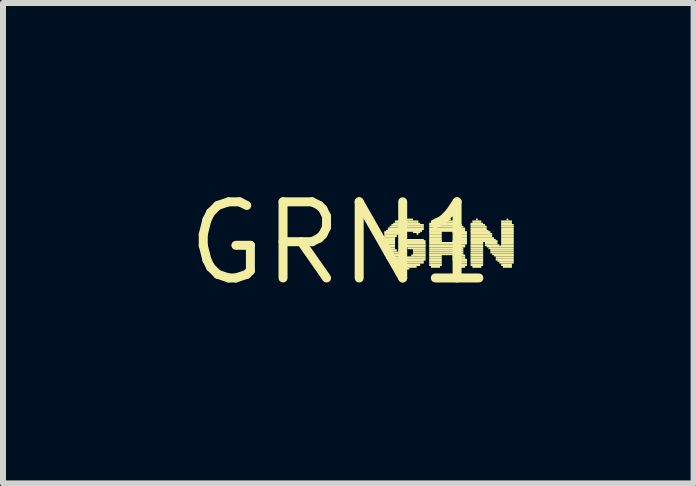
<source format=kicad_pcb>
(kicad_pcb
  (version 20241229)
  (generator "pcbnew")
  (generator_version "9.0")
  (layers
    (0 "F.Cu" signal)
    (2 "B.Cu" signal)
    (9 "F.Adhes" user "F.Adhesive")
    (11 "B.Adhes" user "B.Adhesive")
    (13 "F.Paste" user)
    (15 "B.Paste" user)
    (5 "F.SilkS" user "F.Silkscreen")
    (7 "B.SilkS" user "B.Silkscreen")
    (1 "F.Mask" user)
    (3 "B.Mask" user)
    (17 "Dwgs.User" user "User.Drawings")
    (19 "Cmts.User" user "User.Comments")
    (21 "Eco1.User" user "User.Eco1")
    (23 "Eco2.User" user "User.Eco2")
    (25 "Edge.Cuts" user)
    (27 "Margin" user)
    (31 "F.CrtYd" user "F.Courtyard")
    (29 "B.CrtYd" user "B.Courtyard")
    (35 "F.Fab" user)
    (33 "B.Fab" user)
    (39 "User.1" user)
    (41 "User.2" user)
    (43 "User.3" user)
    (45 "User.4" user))
  (footprint "GRN1"
    (layer "F.Cu")
    (at 2.638 1.006)
    (property "Reference" "GRN1" (at 0 0 0) (layer "F.SilkS") (effects (font (size 1.27 1.27) (thickness 0.15))))
    (attr through_hole)
    (fp_poly (pts (xy 0.69 -0.07) (xy 0.9 -0.07) (xy 0.9 -0.1) (xy 0.69 -0.1)) (stroke (width 0) (type solid)) (fill yes) (layer "F.SilkS"))
    (fp_poly (pts (xy 0.69 -0.04) (xy 0.9 -0.04) (xy 0.9 -0.07) (xy 0.69 -0.07)) (stroke (width 0) (type solid)) (fill yes) (layer "F.SilkS"))
    (fp_poly (pts (xy 0.69 -0.02) (xy 0.9 -0.02) (xy 0.9 -0.05) (xy 0.69 -0.05)) (stroke (width 0) (type solid)) (fill yes) (layer "F.SilkS"))
    (fp_poly (pts (xy 0.69 0.02) (xy 0.9 0.02) (xy 0.9 -0.02) (xy 0.69 -0.02)) (stroke (width 0) (type solid)) (fill yes) (layer "F.SilkS"))
    (fp_poly (pts (xy 0.69 0.05) (xy 0.9 0.05) (xy 0.9 0.02) (xy 0.69 0.02)) (stroke (width 0) (type solid)) (fill yes) (layer "F.SilkS"))
    (fp_poly (pts (xy 0.69 0.07) (xy 0.9 0.07) (xy 0.9 0.04) (xy 0.69 0.04)) (stroke (width 0) (type solid)) (fill yes) (layer "F.SilkS"))
    (fp_poly (pts (xy 0.69 0.1) (xy 0.9 0.1) (xy 0.9 0.07) (xy 0.69 0.07)) (stroke (width 0) (type solid)) (fill yes) (layer "F.SilkS"))
    (fp_poly (pts (xy 0.72 -0.17) (xy 0.99 -0.17) (xy 0.99 -0.2) (xy 0.72 -0.2)) (stroke (width 0) (type solid)) (fill yes) (layer "F.SilkS"))
    (fp_poly (pts (xy 0.72 -0.14) (xy 0.96 -0.14) (xy 0.96 -0.17) (xy 0.72 -0.17)) (stroke (width 0) (type solid)) (fill yes) (layer "F.SilkS"))
    (fp_poly (pts (xy 0.72 -0.1) (xy 0.93 -0.1) (xy 0.93 -0.14) (xy 0.72 -0.14)) (stroke (width 0) (type solid)) (fill yes) (layer "F.SilkS"))
    (fp_poly (pts (xy 0.72 0.14) (xy 0.93 0.14) (xy 0.93 0.1) (xy 0.72 0.1)) (stroke (width 0) (type solid)) (fill yes) (layer "F.SilkS"))
    (fp_poly (pts (xy 0.72 0.17) (xy 0.96 0.17) (xy 0.96 0.14) (xy 0.72 0.14)) (stroke (width 0) (type solid)) (fill yes) (layer "F.SilkS"))
    (fp_poly (pts (xy 0.72 0.2) (xy 0.99 0.2) (xy 0.99 0.17) (xy 0.72 0.17)) (stroke (width 0) (type solid)) (fill yes) (layer "F.SilkS"))
    (fp_poly (pts (xy 0.75 -0.19) (xy 1.35 -0.19) (xy 1.35 -0.22) (xy 0.75 -0.22)) (stroke (width 0) (type solid)) (fill yes) (layer "F.SilkS"))
    (fp_poly (pts (xy 0.75 0.22) (xy 1.05 0.22) (xy 1.05 0.19) (xy 0.75 0.19)) (stroke (width 0) (type solid)) (fill yes) (layer "F.SilkS"))
    (fp_poly (pts (xy 0.75 0.26) (xy 1.41 0.26) (xy 1.41 0.22) (xy 0.75 0.22)) (stroke (width 0) (type solid)) (fill yes) (layer "F.SilkS"))
    (fp_poly (pts (xy 0.78 -0.22) (xy 1.38 -0.22) (xy 1.38 -0.26) (xy 0.78 -0.26)) (stroke (width 0) (type solid)) (fill yes) (layer "F.SilkS"))
    (fp_poly (pts (xy 0.78 0.29) (xy 1.41 0.29) (xy 1.41 0.26) (xy 0.78 0.26)) (stroke (width 0) (type solid)) (fill yes) (layer "F.SilkS"))
    (fp_poly (pts (xy 0.81 -0.26) (xy 1.38 -0.26) (xy 1.38 -0.29) (xy 0.81 -0.29)) (stroke (width 0) (type solid)) (fill yes) (layer "F.SilkS"))
    (fp_poly (pts (xy 0.81 0.31) (xy 1.38 0.31) (xy 1.38 0.28) (xy 0.81 0.28)) (stroke (width 0) (type solid)) (fill yes) (layer "F.SilkS"))
    (fp_poly (pts (xy 0.84 -0.29) (xy 1.38 -0.29) (xy 1.38 -0.32) (xy 0.84 -0.32)) (stroke (width 0) (type solid)) (fill yes) (layer "F.SilkS"))
    (fp_poly (pts (xy 0.84 0.34) (xy 1.38 0.34) (xy 1.38 0.31) (xy 0.84 0.31)) (stroke (width 0) (type solid)) (fill yes) (layer "F.SilkS"))
    (fp_poly (pts (xy 0.87 -0.31) (xy 1.32 -0.31) (xy 1.32 -0.34) (xy 0.87 -0.34)) (stroke (width 0) (type solid)) (fill yes) (layer "F.SilkS"))
    (fp_poly (pts (xy 0.9 -0.34) (xy 1.29 -0.34) (xy 1.29 -0.38) (xy 0.9 -0.38)) (stroke (width 0) (type solid)) (fill yes) (layer "F.SilkS"))
    (fp_poly (pts (xy 0.9 0.38) (xy 1.32 0.38) (xy 1.32 0.34) (xy 0.9 0.34)) (stroke (width 0) (type solid)) (fill yes) (layer "F.SilkS"))
    (fp_poly (pts (xy 0.96 0.41) (xy 1.26 0.41) (xy 1.26 0.38) (xy 0.96 0.38)) (stroke (width 0) (type solid)) (fill yes) (layer "F.SilkS"))
    (fp_poly (pts (xy 0.99 -0.38) (xy 1.2 -0.38) (xy 1.2 -0.41) (xy 0.99 -0.41)) (stroke (width 0) (type solid)) (fill yes) (layer "F.SilkS"))
    (fp_poly (pts (xy 1.05 -0.02) (xy 1.41 -0.02) (xy 1.41 -0.05) (xy 1.05 -0.05)) (stroke (width 0) (type solid)) (fill yes) (layer "F.SilkS"))
    (fp_poly (pts (xy 1.05 0.02) (xy 1.41 0.02) (xy 1.41 -0.02) (xy 1.05 -0.02)) (stroke (width 0) (type solid)) (fill yes) (layer "F.SilkS"))
    (fp_poly (pts (xy 1.05 0.05) (xy 1.41 0.05) (xy 1.41 0.02) (xy 1.05 0.02)) (stroke (width 0) (type solid)) (fill yes) (layer "F.SilkS"))
    (fp_poly (pts (xy 1.05 0.07) (xy 1.41 0.07) (xy 1.41 0.04) (xy 1.05 0.04)) (stroke (width 0) (type solid)) (fill yes) (layer "F.SilkS"))
    (fp_poly (pts (xy 1.08 -0.04) (xy 1.38 -0.04) (xy 1.38 -0.07) (xy 1.08 -0.07)) (stroke (width 0) (type solid)) (fill yes) (layer "F.SilkS"))
    (fp_poly (pts (xy 1.08 0.44) (xy 1.14 0.44) (xy 1.14 0.41) (xy 1.08 0.41)) (stroke (width 0) (type solid)) (fill yes) (layer "F.SilkS"))
    (fp_poly (pts (xy 1.11 0.1) (xy 1.41 0.1) (xy 1.41 0.07) (xy 1.11 0.07)) (stroke (width 0) (type solid)) (fill yes) (layer "F.SilkS"))
    (fp_poly (pts (xy 1.17 0.22) (xy 1.41 0.22) (xy 1.41 0.19) (xy 1.17 0.19)) (stroke (width 0) (type solid)) (fill yes) (layer "F.SilkS"))
    (fp_poly (pts (xy 1.2 -0.17) (xy 1.32 -0.17) (xy 1.32 -0.2) (xy 1.2 -0.2)) (stroke (width 0) (type solid)) (fill yes) (layer "F.SilkS"))
    (fp_poly (pts (xy 1.2 0.14) (xy 1.41 0.14) (xy 1.41 0.1) (xy 1.2 0.1)) (stroke (width 0) (type solid)) (fill yes) (layer "F.SilkS"))
    (fp_poly (pts (xy 1.2 0.17) (xy 1.41 0.17) (xy 1.41 0.14) (xy 1.2 0.14)) (stroke (width 0) (type solid)) (fill yes) (layer "F.SilkS"))
    (fp_poly (pts (xy 1.2 0.2) (xy 1.41 0.2) (xy 1.41 0.17) (xy 1.2 0.17)) (stroke (width 0) (type solid)) (fill yes) (layer "F.SilkS"))
    (fp_poly (pts (xy 1.26 -0.14) (xy 1.29 -0.14) (xy 1.29 -0.17) (xy 1.26 -0.17)) (stroke (width 0) (type solid)) (fill yes) (layer "F.SilkS"))
    (fp_poly (pts (xy 1.47 -0.31) (xy 1.98 -0.31) (xy 1.98 -0.34) (xy 1.47 -0.34)) (stroke (width 0) (type solid)) (fill yes) (layer "F.SilkS"))
    (fp_poly (pts (xy 1.47 -0.29) (xy 2.01 -0.29) (xy 2.01 -0.32) (xy 1.47 -0.32)) (stroke (width 0) (type solid)) (fill yes) (layer "F.SilkS"))
    (fp_poly (pts (xy 1.47 -0.26) (xy 2.04 -0.26) (xy 2.04 -0.29) (xy 1.47 -0.29)) (stroke (width 0) (type solid)) (fill yes) (layer "F.SilkS"))
    (fp_poly (pts (xy 1.47 -0.22) (xy 2.07 -0.22) (xy 2.07 -0.26) (xy 1.47 -0.26)) (stroke (width 0) (type solid)) (fill yes) (layer "F.SilkS"))
    (fp_poly (pts (xy 1.47 -0.19) (xy 2.07 -0.19) (xy 2.07 -0.22) (xy 1.47 -0.22)) (stroke (width 0) (type solid)) (fill yes) (layer "F.SilkS"))
    (fp_poly (pts (xy 1.47 -0.17) (xy 1.68 -0.17) (xy 1.68 -0.2) (xy 1.47 -0.2)) (stroke (width 0) (type solid)) (fill yes) (layer "F.SilkS"))
    (fp_poly (pts (xy 1.47 -0.14) (xy 1.68 -0.14) (xy 1.68 -0.17) (xy 1.47 -0.17)) (stroke (width 0) (type solid)) (fill yes) (layer "F.SilkS"))
    (fp_poly (pts (xy 1.47 -0.1) (xy 1.68 -0.1) (xy 1.68 -0.14) (xy 1.47 -0.14)) (stroke (width 0) (type solid)) (fill yes) (layer "F.SilkS"))
    (fp_poly (pts (xy 1.47 -0.07) (xy 1.68 -0.07) (xy 1.68 -0.1) (xy 1.47 -0.1)) (stroke (width 0) (type solid)) (fill yes) (layer "F.SilkS"))
    (fp_poly (pts (xy 1.47 -0.04) (xy 1.68 -0.04) (xy 1.68 -0.07) (xy 1.47 -0.07)) (stroke (width 0) (type solid)) (fill yes) (layer "F.SilkS"))
    (fp_poly (pts (xy 1.47 -0.02) (xy 1.68 -0.02) (xy 1.68 -0.05) (xy 1.47 -0.05)) (stroke (width 0) (type solid)) (fill yes) (layer "F.SilkS"))
    (fp_poly (pts (xy 1.47 0.02) (xy 2.1 0.02) (xy 2.1 -0.02) (xy 1.47 -0.02)) (stroke (width 0) (type solid)) (fill yes) (layer "F.SilkS"))
    (fp_poly (pts (xy 1.47 0.05) (xy 2.07 0.05) (xy 2.07 0.02) (xy 1.47 0.02)) (stroke (width 0) (type solid)) (fill yes) (layer "F.SilkS"))
    (fp_poly (pts (xy 1.47 0.07) (xy 2.07 0.07) (xy 2.07 0.04) (xy 1.47 0.04)) (stroke (width 0) (type solid)) (fill yes) (layer "F.SilkS"))
    (fp_poly (pts (xy 1.47 0.1) (xy 2.04 0.1) (xy 2.04 0.07) (xy 1.47 0.07)) (stroke (width 0) (type solid)) (fill yes) (layer "F.SilkS"))
    (fp_poly (pts (xy 1.47 0.14) (xy 2.04 0.14) (xy 2.04 0.1) (xy 1.47 0.1)) (stroke (width 0) (type solid)) (fill yes) (layer "F.SilkS"))
    (fp_poly (pts (xy 1.47 0.17) (xy 2.04 0.17) (xy 2.04 0.14) (xy 1.47 0.14)) (stroke (width 0) (type solid)) (fill yes) (layer "F.SilkS"))
    (fp_poly (pts (xy 1.47 0.2) (xy 2.04 0.2) (xy 2.04 0.17) (xy 1.47 0.17)) (stroke (width 0) (type solid)) (fill yes) (layer "F.SilkS"))
    (fp_poly (pts (xy 1.47 0.22) (xy 1.68 0.22) (xy 1.68 0.19) (xy 1.47 0.19)) (stroke (width 0) (type solid)) (fill yes) (layer "F.SilkS"))
    (fp_poly (pts (xy 1.47 0.26) (xy 1.68 0.26) (xy 1.68 0.22) (xy 1.47 0.22)) (stroke (width 0) (type solid)) (fill yes) (layer "F.SilkS"))
    (fp_poly (pts (xy 1.47 0.29) (xy 1.68 0.29) (xy 1.68 0.26) (xy 1.47 0.26)) (stroke (width 0) (type solid)) (fill yes) (layer "F.SilkS"))
    (fp_poly (pts (xy 1.47 0.31) (xy 1.68 0.31) (xy 1.68 0.28) (xy 1.47 0.28)) (stroke (width 0) (type solid)) (fill yes) (layer "F.SilkS"))
    (fp_poly (pts (xy 1.47 0.34) (xy 1.68 0.34) (xy 1.68 0.31) (xy 1.47 0.31)) (stroke (width 0) (type solid)) (fill yes) (layer "F.SilkS"))
    (fp_poly (pts (xy 1.47 0.38) (xy 1.68 0.38) (xy 1.68 0.34) (xy 1.47 0.34)) (stroke (width 0) (type solid)) (fill yes) (layer "F.SilkS"))
    (fp_poly (pts (xy 1.5 -0.34) (xy 1.95 -0.34) (xy 1.95 -0.38) (xy 1.5 -0.38)) (stroke (width 0) (type solid)) (fill yes) (layer "F.SilkS"))
    (fp_poly (pts (xy 1.5 0.41) (xy 1.65 0.41) (xy 1.65 0.38) (xy 1.5 0.38)) (stroke (width 0) (type solid)) (fill yes) (layer "F.SilkS"))
    (fp_poly (pts (xy 1.56 -0.38) (xy 1.83 -0.38) (xy 1.83 -0.41) (xy 1.56 -0.41)) (stroke (width 0) (type solid)) (fill yes) (layer "F.SilkS"))
    (fp_poly (pts (xy 1.86 -0.17) (xy 2.1 -0.17) (xy 2.1 -0.2) (xy 1.86 -0.2)) (stroke (width 0) (type solid)) (fill yes) (layer "F.SilkS"))
    (fp_poly (pts (xy 1.86 -0.02) (xy 2.1 -0.02) (xy 2.1 -0.05) (xy 1.86 -0.05)) (stroke (width 0) (type solid)) (fill yes) (layer "F.SilkS"))
    (fp_poly (pts (xy 1.86 0.22) (xy 2.07 0.22) (xy 2.07 0.19) (xy 1.86 0.19)) (stroke (width 0) (type solid)) (fill yes) (layer "F.SilkS"))
    (fp_poly (pts (xy 1.86 0.26) (xy 2.07 0.26) (xy 2.07 0.22) (xy 1.86 0.22)) (stroke (width 0) (type solid)) (fill yes) (layer "F.SilkS"))
    (fp_poly (pts (xy 1.86 0.29) (xy 2.1 0.29) (xy 2.1 0.26) (xy 1.86 0.26)) (stroke (width 0) (type solid)) (fill yes) (layer "F.SilkS"))
    (fp_poly (pts (xy 1.89 -0.14) (xy 2.1 -0.14) (xy 2.1 -0.17) (xy 1.89 -0.17)) (stroke (width 0) (type solid)) (fill yes) (layer "F.SilkS"))
    (fp_poly (pts (xy 1.89 -0.1) (xy 2.1 -0.1) (xy 2.1 -0.14) (xy 1.89 -0.14)) (stroke (width 0) (type solid)) (fill yes) (layer "F.SilkS"))
    (fp_poly (pts (xy 1.89 -0.07) (xy 2.1 -0.07) (xy 2.1 -0.1) (xy 1.89 -0.1)) (stroke (width 0) (type solid)) (fill yes) (layer "F.SilkS"))
    (fp_poly (pts (xy 1.89 -0.04) (xy 2.1 -0.04) (xy 2.1 -0.07) (xy 1.89 -0.07)) (stroke (width 0) (type solid)) (fill yes) (layer "F.SilkS"))
    (fp_poly (pts (xy 1.89 0.31) (xy 2.1 0.31) (xy 2.1 0.28) (xy 1.89 0.28)) (stroke (width 0) (type solid)) (fill yes) (layer "F.SilkS"))
    (fp_poly (pts (xy 1.89 0.34) (xy 2.1 0.34) (xy 2.1 0.31) (xy 1.89 0.31)) (stroke (width 0) (type solid)) (fill yes) (layer "F.SilkS"))
    (fp_poly (pts (xy 1.92 0.38) (xy 2.1 0.38) (xy 2.1 0.34) (xy 1.92 0.34)) (stroke (width 0) (type solid)) (fill yes) (layer "F.SilkS"))
    (fp_poly (pts (xy 1.92 0.41) (xy 2.07 0.41) (xy 2.07 0.38) (xy 1.92 0.38)) (stroke (width 0) (type solid)) (fill yes) (layer "F.SilkS"))
    (fp_poly (pts (xy 2.16 -0.31) (xy 2.37 -0.31) (xy 2.37 -0.34) (xy 2.16 -0.34)) (stroke (width 0) (type solid)) (fill yes) (layer "F.SilkS"))
    (fp_poly (pts (xy 2.16 -0.29) (xy 2.4 -0.29) (xy 2.4 -0.32) (xy 2.16 -0.32)) (stroke (width 0) (type solid)) (fill yes) (layer "F.SilkS"))
    (fp_poly (pts (xy 2.16 -0.26) (xy 2.43 -0.26) (xy 2.43 -0.29) (xy 2.16 -0.29)) (stroke (width 0) (type solid)) (fill yes) (layer "F.SilkS"))
    (fp_poly (pts (xy 2.16 -0.22) (xy 2.43 -0.22) (xy 2.43 -0.26) (xy 2.16 -0.26)) (stroke (width 0) (type solid)) (fill yes) (layer "F.SilkS"))
    (fp_poly (pts (xy 2.16 -0.19) (xy 2.46 -0.19) (xy 2.46 -0.22) (xy 2.16 -0.22)) (stroke (width 0) (type solid)) (fill yes) (layer "F.SilkS"))
    (fp_poly (pts (xy 2.16 -0.17) (xy 2.49 -0.17) (xy 2.49 -0.2) (xy 2.16 -0.2)) (stroke (width 0) (type solid)) (fill yes) (layer "F.SilkS"))
    (fp_poly (pts (xy 2.16 -0.14) (xy 2.52 -0.14) (xy 2.52 -0.17) (xy 2.16 -0.17)) (stroke (width 0) (type solid)) (fill yes) (layer "F.SilkS"))
    (fp_poly (pts (xy 2.16 -0.1) (xy 2.52 -0.1) (xy 2.52 -0.14) (xy 2.16 -0.14)) (stroke (width 0) (type solid)) (fill yes) (layer "F.SilkS"))
    (fp_poly (pts (xy 2.16 -0.07) (xy 2.55 -0.07) (xy 2.55 -0.1) (xy 2.16 -0.1)) (stroke (width 0) (type solid)) (fill yes) (layer "F.SilkS"))
    (fp_poly (pts (xy 2.16 -0.04) (xy 2.58 -0.04) (xy 2.58 -0.07) (xy 2.16 -0.07)) (stroke (width 0) (type solid)) (fill yes) (layer "F.SilkS"))
    (fp_poly (pts (xy 2.16 -0.02) (xy 2.61 -0.02) (xy 2.61 -0.05) (xy 2.16 -0.05)) (stroke (width 0) (type solid)) (fill yes) (layer "F.SilkS"))
    (fp_poly (pts (xy 2.16 0.02) (xy 2.37 0.02) (xy 2.37 -0.02) (xy 2.16 -0.02)) (stroke (width 0) (type solid)) (fill yes) (layer "F.SilkS"))
    (fp_poly (pts (xy 2.16 0.05) (xy 2.37 0.05) (xy 2.37 0.02) (xy 2.16 0.02)) (stroke (width 0) (type solid)) (fill yes) (layer "F.SilkS"))
    (fp_poly (pts (xy 2.16 0.07) (xy 2.37 0.07) (xy 2.37 0.04) (xy 2.16 0.04)) (stroke (width 0) (type solid)) (fill yes) (layer "F.SilkS"))
    (fp_poly (pts (xy 2.16 0.1) (xy 2.37 0.1) (xy 2.37 0.07) (xy 2.16 0.07)) (stroke (width 0) (type solid)) (fill yes) (layer "F.SilkS"))
    (fp_poly (pts (xy 2.16 0.14) (xy 2.37 0.14) (xy 2.37 0.1) (xy 2.16 0.1)) (stroke (width 0) (type solid)) (fill yes) (layer "F.SilkS"))
    (fp_poly (pts (xy 2.16 0.17) (xy 2.37 0.17) (xy 2.37 0.14) (xy 2.16 0.14)) (stroke (width 0) (type solid)) (fill yes) (layer "F.SilkS"))
    (fp_poly (pts (xy 2.16 0.2) (xy 2.37 0.2) (xy 2.37 0.17) (xy 2.16 0.17)) (stroke (width 0) (type solid)) (fill yes) (layer "F.SilkS"))
    (fp_poly (pts (xy 2.16 0.22) (xy 2.37 0.22) (xy 2.37 0.19) (xy 2.16 0.19)) (stroke (width 0) (type solid)) (fill yes) (layer "F.SilkS"))
    (fp_poly (pts (xy 2.16 0.26) (xy 2.37 0.26) (xy 2.37 0.22) (xy 2.16 0.22)) (stroke (width 0) (type solid)) (fill yes) (layer "F.SilkS"))
    (fp_poly (pts (xy 2.16 0.29) (xy 2.37 0.29) (xy 2.37 0.26) (xy 2.16 0.26)) (stroke (width 0) (type solid)) (fill yes) (layer "F.SilkS"))
    (fp_poly (pts (xy 2.16 0.31) (xy 2.37 0.31) (xy 2.37 0.28) (xy 2.16 0.28)) (stroke (width 0) (type solid)) (fill yes) (layer "F.SilkS"))
    (fp_poly (pts (xy 2.16 0.34) (xy 2.37 0.34) (xy 2.37 0.31) (xy 2.16 0.31)) (stroke (width 0) (type solid)) (fill yes) (layer "F.SilkS"))
    (fp_poly (pts (xy 2.16 0.38) (xy 2.37 0.38) (xy 2.37 0.34) (xy 2.16 0.34)) (stroke (width 0) (type solid)) (fill yes) (layer "F.SilkS"))
    (fp_poly (pts (xy 2.19 -0.34) (xy 2.34 -0.34) (xy 2.34 -0.38) (xy 2.19 -0.38)) (stroke (width 0) (type solid)) (fill yes) (layer "F.SilkS"))
    (fp_poly (pts (xy 2.19 0.41) (xy 2.34 0.41) (xy 2.34 0.38) (xy 2.19 0.38)) (stroke (width 0) (type solid)) (fill yes) (layer "F.SilkS"))
    (fp_poly (pts (xy 2.25 -0.38) (xy 2.28 -0.38) (xy 2.28 -0.41) (xy 2.25 -0.41)) (stroke (width 0) (type solid)) (fill yes) (layer "F.SilkS"))
    (fp_poly (pts (xy 2.4 0.02) (xy 2.61 0.02) (xy 2.61 -0.02) (xy 2.4 -0.02)) (stroke (width 0) (type solid)) (fill yes) (layer "F.SilkS"))
    (fp_poly (pts (xy 2.4 0.05) (xy 2.64 0.05) (xy 2.64 0.02) (xy 2.4 0.02)) (stroke (width 0) (type solid)) (fill yes) (layer "F.SilkS"))
    (fp_poly (pts (xy 2.43 0.07) (xy 2.88 0.07) (xy 2.88 0.04) (xy 2.43 0.04)) (stroke (width 0) (type solid)) (fill yes) (layer "F.SilkS"))
    (fp_poly (pts (xy 2.46 0.1) (xy 2.88 0.1) (xy 2.88 0.07) (xy 2.46 0.07)) (stroke (width 0) (type solid)) (fill yes) (layer "F.SilkS"))
    (fp_poly (pts (xy 2.49 0.14) (xy 2.88 0.14) (xy 2.88 0.1) (xy 2.49 0.1)) (stroke (width 0) (type solid)) (fill yes) (layer "F.SilkS"))
    (fp_poly (pts (xy 2.49 0.17) (xy 2.88 0.17) (xy 2.88 0.14) (xy 2.49 0.14)) (stroke (width 0) (type solid)) (fill yes) (layer "F.SilkS"))
    (fp_poly (pts (xy 2.52 0.2) (xy 2.88 0.2) (xy 2.88 0.17) (xy 2.52 0.17)) (stroke (width 0) (type solid)) (fill yes) (layer "F.SilkS"))
    (fp_poly (pts (xy 2.55 0.22) (xy 2.88 0.22) (xy 2.88 0.19) (xy 2.55 0.19)) (stroke (width 0) (type solid)) (fill yes) (layer "F.SilkS"))
    (fp_poly (pts (xy 2.58 0.26) (xy 2.88 0.26) (xy 2.88 0.22) (xy 2.58 0.22)) (stroke (width 0) (type solid)) (fill yes) (layer "F.SilkS"))
    (fp_poly (pts (xy 2.58 0.29) (xy 2.88 0.29) (xy 2.88 0.26) (xy 2.58 0.26)) (stroke (width 0) (type solid)) (fill yes) (layer "F.SilkS"))
    (fp_poly (pts (xy 2.61 0.31) (xy 2.88 0.31) (xy 2.88 0.28) (xy 2.61 0.28)) (stroke (width 0) (type solid)) (fill yes) (layer "F.SilkS"))
    (fp_poly (pts (xy 2.64 0.34) (xy 2.88 0.34) (xy 2.88 0.31) (xy 2.64 0.31)) (stroke (width 0) (type solid)) (fill yes) (layer "F.SilkS"))
    (fp_poly (pts (xy 2.67 -0.34) (xy 2.85 -0.34) (xy 2.85 -0.38) (xy 2.67 -0.38)) (stroke (width 0) (type solid)) (fill yes) (layer "F.SilkS"))
    (fp_poly (pts (xy 2.67 -0.31) (xy 2.85 -0.31) (xy 2.85 -0.34) (xy 2.67 -0.34)) (stroke (width 0) (type solid)) (fill yes) (layer "F.SilkS"))
    (fp_poly (pts (xy 2.67 -0.29) (xy 2.88 -0.29) (xy 2.88 -0.32) (xy 2.67 -0.32)) (stroke (width 0) (type solid)) (fill yes) (layer "F.SilkS"))
    (fp_poly (pts (xy 2.67 -0.26) (xy 2.88 -0.26) (xy 2.88 -0.29) (xy 2.67 -0.29)) (stroke (width 0) (type solid)) (fill yes) (layer "F.SilkS"))
    (fp_poly (pts (xy 2.67 -0.22) (xy 2.88 -0.22) (xy 2.88 -0.26) (xy 2.67 -0.26)) (stroke (width 0) (type solid)) (fill yes) (layer "F.SilkS"))
    (fp_poly (pts (xy 2.67 -0.19) (xy 2.88 -0.19) (xy 2.88 -0.22) (xy 2.67 -0.22)) (stroke (width 0) (type solid)) (fill yes) (layer "F.SilkS"))
    (fp_poly (pts (xy 2.67 -0.17) (xy 2.88 -0.17) (xy 2.88 -0.2) (xy 2.67 -0.2)) (stroke (width 0) (type solid)) (fill yes) (layer "F.SilkS"))
    (fp_poly (pts (xy 2.67 -0.14) (xy 2.88 -0.14) (xy 2.88 -0.17) (xy 2.67 -0.17)) (stroke (width 0) (type solid)) (fill yes) (layer "F.SilkS"))
    (fp_poly (pts (xy 2.67 -0.1) (xy 2.88 -0.1) (xy 2.88 -0.14) (xy 2.67 -0.14)) (stroke (width 0) (type solid)) (fill yes) (layer "F.SilkS"))
    (fp_poly (pts (xy 2.67 -0.07) (xy 2.88 -0.07) (xy 2.88 -0.1) (xy 2.67 -0.1)) (stroke (width 0) (type solid)) (fill yes) (layer "F.SilkS"))
    (fp_poly (pts (xy 2.67 -0.04) (xy 2.88 -0.04) (xy 2.88 -0.07) (xy 2.67 -0.07)) (stroke (width 0) (type solid)) (fill yes) (layer "F.SilkS"))
    (fp_poly (pts (xy 2.67 -0.02) (xy 2.88 -0.02) (xy 2.88 -0.05) (xy 2.67 -0.05)) (stroke (width 0) (type solid)) (fill yes) (layer "F.SilkS"))
    (fp_poly (pts (xy 2.67 0.02) (xy 2.88 0.02) (xy 2.88 -0.02) (xy 2.67 -0.02)) (stroke (width 0) (type solid)) (fill yes) (layer "F.SilkS"))
    (fp_poly (pts (xy 2.67 0.05) (xy 2.88 0.05) (xy 2.88 0.02) (xy 2.67 0.02)) (stroke (width 0) (type solid)) (fill yes) (layer "F.SilkS"))
    (fp_poly (pts (xy 2.67 0.38) (xy 2.85 0.38) (xy 2.85 0.34) (xy 2.67 0.34)) (stroke (width 0) (type solid)) (fill yes) (layer "F.SilkS"))
    (fp_poly (pts (xy 2.7 0.41) (xy 2.85 0.41) (xy 2.85 0.38) (xy 2.7 0.38)) (stroke (width 0) (type solid)) (fill yes) (layer "F.SilkS"))
    (fp_poly (pts (xy 2.76 -0.38) (xy 2.79 -0.38) (xy 2.79 -0.41) (xy 2.76 -0.41)) (stroke (width 0) (type solid)) (fill yes) (layer "F.SilkS")))
  (gr_rect
    (start -3 -3)
    (end 8.518 5.012)
    (stroke (width 0.1) (type default))
    (fill no)
    (layer "Edge.Cuts")))
</source>
